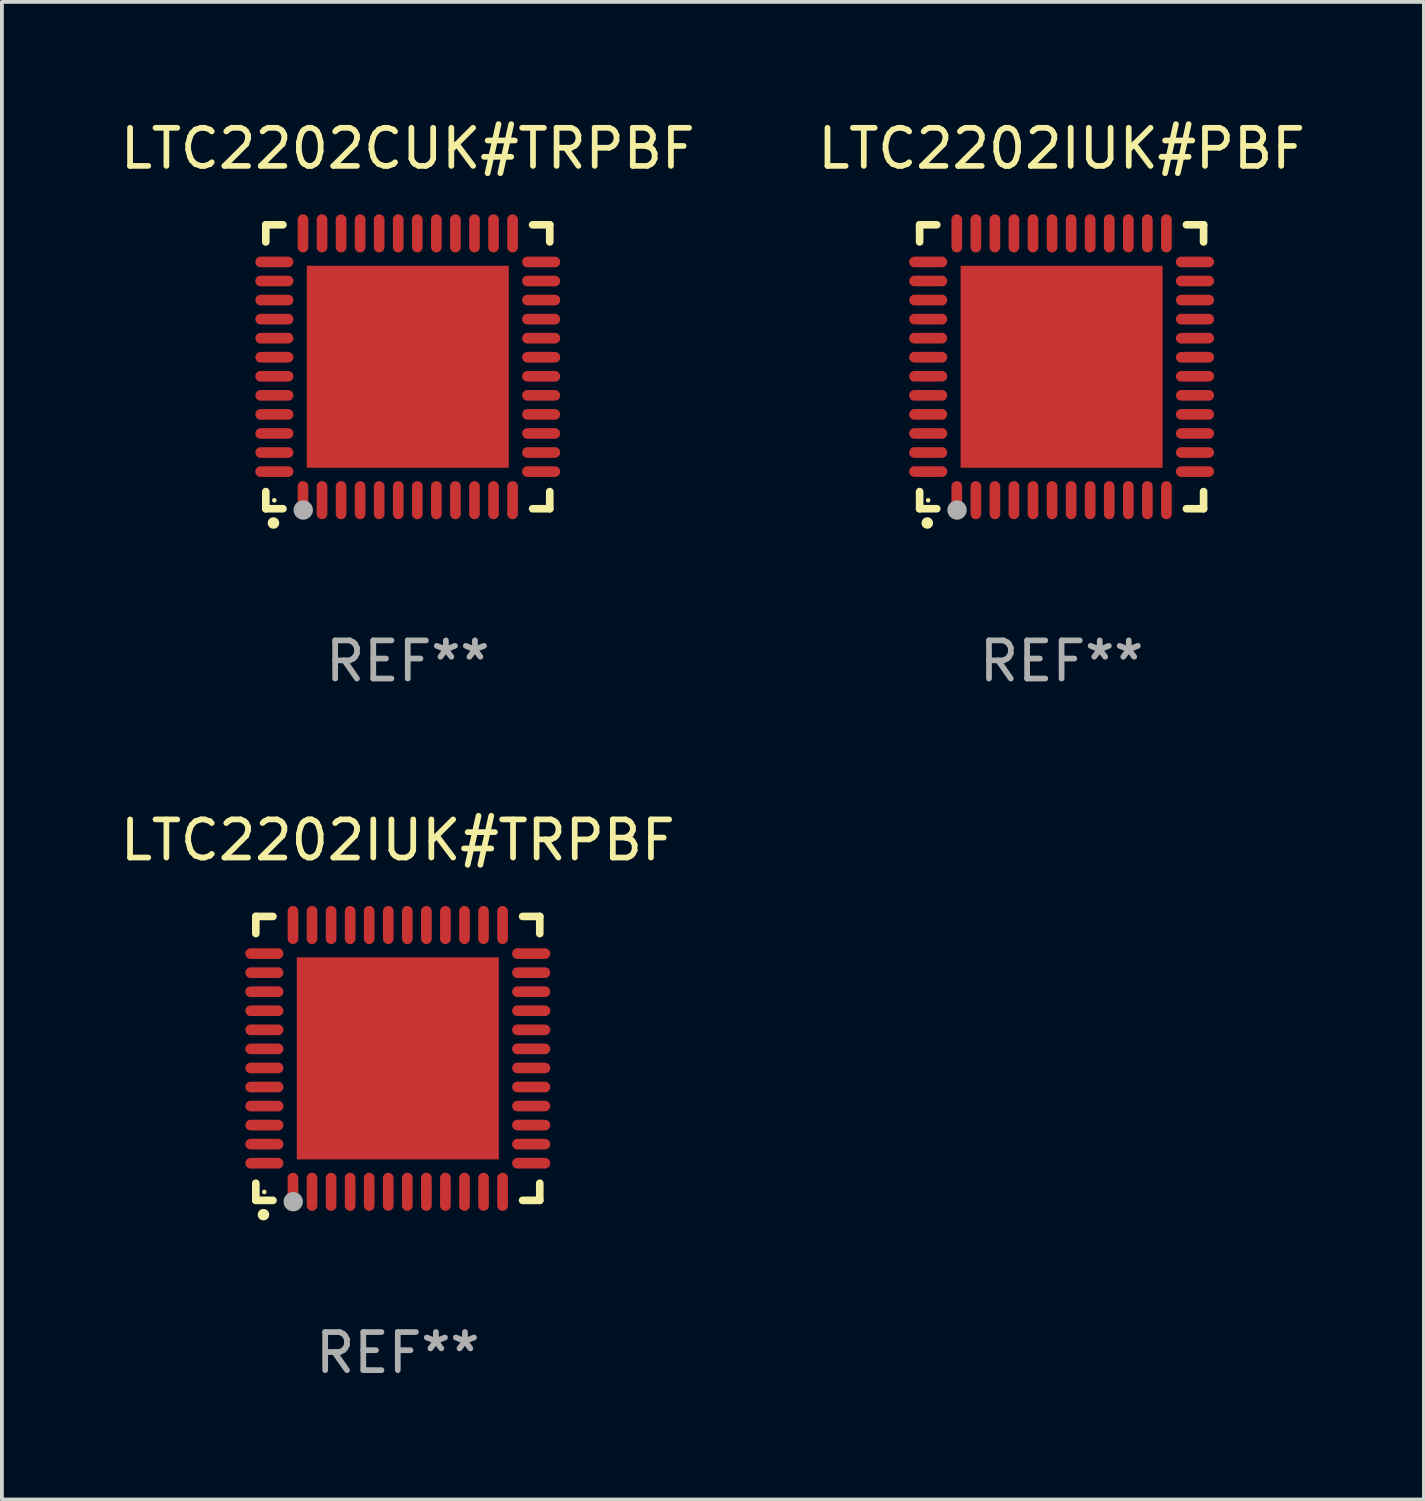
<source format=kicad_pcb>
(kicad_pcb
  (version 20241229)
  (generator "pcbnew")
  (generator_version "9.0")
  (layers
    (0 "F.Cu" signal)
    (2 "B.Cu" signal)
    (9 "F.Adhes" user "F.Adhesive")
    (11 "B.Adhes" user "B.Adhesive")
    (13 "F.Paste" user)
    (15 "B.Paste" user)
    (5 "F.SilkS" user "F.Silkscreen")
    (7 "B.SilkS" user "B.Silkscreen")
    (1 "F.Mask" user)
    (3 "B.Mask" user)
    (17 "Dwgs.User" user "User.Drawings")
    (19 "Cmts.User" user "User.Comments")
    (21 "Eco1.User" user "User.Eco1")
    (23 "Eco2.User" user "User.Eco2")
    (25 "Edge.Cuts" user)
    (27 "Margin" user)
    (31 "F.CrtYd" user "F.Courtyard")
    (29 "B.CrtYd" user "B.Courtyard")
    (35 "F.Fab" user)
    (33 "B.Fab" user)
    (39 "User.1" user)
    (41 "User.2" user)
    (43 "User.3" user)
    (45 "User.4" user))
  (footprint "LTC2202CUK#TRPBF"
    (layer "F.Cu")
    (at 7.649 6.573)
    (property "Reference" "LTC2202CUK#TRPBF" (at 0 -5.725 0) (layer "F.SilkS") (effects (font (size 1 1) (thickness 0.15))))
    (attr through_hole)
    (fp_line (start -3.725 -3.725) (end -3.275 -3.725) (stroke (width 0.2) (type solid)) (layer "F.SilkS"))
    (fp_line (start -3.725 -3.275) (end -3.725 -3.725) (stroke (width 0.2) (type solid)) (layer "F.SilkS"))
    (fp_line (start -3.725 3.725) (end -3.725 3.275) (stroke (width 0.2) (type solid)) (layer "F.SilkS"))
    (fp_line (start -3.275 3.725) (end -3.725 3.725) (stroke (width 0.2) (type solid)) (layer "F.SilkS"))
    (fp_line (start 3.275 3.725) (end 3.725 3.725) (stroke (width 0.2) (type solid)) (layer "F.SilkS"))
    (fp_line (start 3.725 -3.725) (end 3.275 -3.725) (stroke (width 0.2) (type solid)) (layer "F.SilkS"))
    (fp_line (start 3.725 -3.275) (end 3.725 -3.725) (stroke (width 0.2) (type solid)) (layer "F.SilkS"))
    (fp_line (start 3.725 3.725) (end 3.725 3.275) (stroke (width 0.2) (type solid)) (layer "F.SilkS"))
    (fp_arc (start -3.525527 4.099568) (mid -3.524257 4.099563) (end -3.522987 4.099568) (stroke (width 0.3) (type solid)) (layer "F.SilkS"))
    (fp_circle (center -3.502 3.504) (end -3.472 3.504) (stroke (width 0.06) (type solid)) (fill no) (layer "F.SilkS"))
    (fp_circle (center -2.743 3.759) (end -2.616 3.759) (stroke (width 0.254) (type solid)) (fill no) (layer "F.Fab"))
    (fp_text user "REF**" (at 0 7.725 0) (layer "F.Fab") (effects (font (size 1 1) (thickness 0.15))))
    (pad "1" smd oval (at -2.75 3.5) (size 0.28 1) (layers "F.Cu" "F.Mask" "F.Paste"))
    (pad "2" smd oval (at -2.25 3.5) (size 0.28 1) (layers "F.Cu" "F.Mask" "F.Paste"))
    (pad "3" smd oval (at -1.75 3.5) (size 0.28 1) (layers "F.Cu" "F.Mask" "F.Paste"))
    (pad "4" smd oval (at -1.25 3.5) (size 0.28 1) (layers "F.Cu" "F.Mask" "F.Paste"))
    (pad "5" smd oval (at -0.75 3.5) (size 0.28 1) (layers "F.Cu" "F.Mask" "F.Paste"))
    (pad "6" smd oval (at -0.25 3.5) (size 0.28 1) (layers "F.Cu" "F.Mask" "F.Paste"))
    (pad "7" smd oval (at 0.25 3.5) (size 0.28 1) (layers "F.Cu" "F.Mask" "F.Paste"))
    (pad "8" smd oval (at 0.75 3.5) (size 0.28 1) (layers "F.Cu" "F.Mask" "F.Paste"))
    (pad "9" smd oval (at 1.25 3.5) (size 0.28 1) (layers "F.Cu" "F.Mask" "F.Paste"))
    (pad "10" smd oval (at 1.75 3.5) (size 0.28 1) (layers "F.Cu" "F.Mask" "F.Paste"))
    (pad "11" smd oval (at 2.25 3.5) (size 0.28 1) (layers "F.Cu" "F.Mask" "F.Paste"))
    (pad "12" smd oval (at 2.75 3.5) (size 0.28 1) (layers "F.Cu" "F.Mask" "F.Paste"))
    (pad "13" smd oval (at 3.5 2.75) (size 1 0.28) (layers "F.Cu" "F.Mask" "F.Paste"))
    (pad "14" smd oval (at 3.5 2.25) (size 1 0.28) (layers "F.Cu" "F.Mask" "F.Paste"))
    (pad "15" smd oval (at 3.5 1.75) (size 1 0.28) (layers "F.Cu" "F.Mask" "F.Paste"))
    (pad "16" smd oval (at 3.5 1.25) (size 1 0.28) (layers "F.Cu" "F.Mask" "F.Paste"))
    (pad "17" smd oval (at 3.5 0.75) (size 1 0.28) (layers "F.Cu" "F.Mask" "F.Paste"))
    (pad "18" smd oval (at 3.5 0.25) (size 1 0.28) (layers "F.Cu" "F.Mask" "F.Paste"))
    (pad "19" smd oval (at 3.5 -0.25) (size 1 0.28) (layers "F.Cu" "F.Mask" "F.Paste"))
    (pad "20" smd oval (at 3.5 -0.75) (size 1 0.28) (layers "F.Cu" "F.Mask" "F.Paste"))
    (pad "21" smd oval (at 3.5 -1.25) (size 1 0.28) (layers "F.Cu" "F.Mask" "F.Paste"))
    (pad "22" smd oval (at 3.5 -1.75) (size 1 0.28) (layers "F.Cu" "F.Mask" "F.Paste"))
    (pad "23" smd oval (at 3.5 -2.25) (size 1 0.28) (layers "F.Cu" "F.Mask" "F.Paste"))
    (pad "24" smd oval (at 3.5 -2.75) (size 1 0.28) (layers "F.Cu" "F.Mask" "F.Paste"))
    (pad "25" smd oval (at 2.75 -3.5) (size 0.28 1) (layers "F.Cu" "F.Mask" "F.Paste"))
    (pad "26" smd oval (at 2.25 -3.5) (size 0.28 1) (layers "F.Cu" "F.Mask" "F.Paste"))
    (pad "27" smd oval (at 1.75 -3.5) (size 0.28 1) (layers "F.Cu" "F.Mask" "F.Paste"))
    (pad "28" smd oval (at 1.25 -3.5) (size 0.28 1) (layers "F.Cu" "F.Mask" "F.Paste"))
    (pad "29" smd oval (at 0.75 -3.5) (size 0.28 1) (layers "F.Cu" "F.Mask" "F.Paste"))
    (pad "30" smd oval (at 0.25 -3.5) (size 0.28 1) (layers "F.Cu" "F.Mask" "F.Paste"))
    (pad "31" smd oval (at -0.25 -3.5) (size 0.28 1) (layers "F.Cu" "F.Mask" "F.Paste"))
    (pad "32" smd oval (at -0.75 -3.5) (size 0.28 1) (layers "F.Cu" "F.Mask" "F.Paste"))
    (pad "33" smd oval (at -1.25 -3.5) (size 0.28 1) (layers "F.Cu" "F.Mask" "F.Paste"))
    (pad "34" smd oval (at -1.75 -3.5) (size 0.28 1) (layers "F.Cu" "F.Mask" "F.Paste"))
    (pad "35" smd oval (at -2.25 -3.5) (size 0.28 1) (layers "F.Cu" "F.Mask" "F.Paste"))
    (pad "36" smd oval (at -2.75 -3.5) (size 0.28 1) (layers "F.Cu" "F.Mask" "F.Paste"))
    (pad "37" smd oval (at -3.5 -2.75) (size 1 0.28) (layers "F.Cu" "F.Mask" "F.Paste"))
    (pad "38" smd oval (at -3.5 -2.25) (size 1 0.28) (layers "F.Cu" "F.Mask" "F.Paste"))
    (pad "39" smd oval (at -3.5 -1.75) (size 1 0.28) (layers "F.Cu" "F.Mask" "F.Paste"))
    (pad "40" smd oval (at -3.5 -1.25) (size 1 0.28) (layers "F.Cu" "F.Mask" "F.Paste"))
    (pad "41" smd oval (at -3.5 -0.75) (size 1 0.28) (layers "F.Cu" "F.Mask" "F.Paste"))
    (pad "42" smd oval (at -3.5 -0.25) (size 1 0.28) (layers "F.Cu" "F.Mask" "F.Paste"))
    (pad "43" smd oval (at -3.5 0.25) (size 1 0.28) (layers "F.Cu" "F.Mask" "F.Paste"))
    (pad "44" smd oval (at -3.5 0.75) (size 1 0.28) (layers "F.Cu" "F.Mask" "F.Paste"))
    (pad "45" smd oval (at -3.5 1.25) (size 1 0.28) (layers "F.Cu" "F.Mask" "F.Paste"))
    (pad "46" smd oval (at -3.5 1.75) (size 1 0.28) (layers "F.Cu" "F.Mask" "F.Paste"))
    (pad "47" smd oval (at -3.5 2.25) (size 1 0.28) (layers "F.Cu" "F.Mask" "F.Paste"))
    (pad "48" smd oval (at -3.5 2.75) (size 1 0.28) (layers "F.Cu" "F.Mask" "F.Paste"))
    (pad "49" smd rect (at 0 0) (size 5.3 5.3) (layers "F.Cu" "F.Mask" "F.Paste")))
  (footprint "LTC2202IUK#TRPBF"
    (layer "F.Cu")
    (at 7.387 24.72)
    (property "Reference" "LTC2202IUK#TRPBF" (at 0 -5.725 0) (layer "F.SilkS") (effects (font (size 1 1) (thickness 0.15))))
    (attr through_hole)
    (fp_line (start -3.725 -3.725) (end -3.275 -3.725) (stroke (width 0.2) (type solid)) (layer "F.SilkS"))
    (fp_line (start -3.725 -3.275) (end -3.725 -3.725) (stroke (width 0.2) (type solid)) (layer "F.SilkS"))
    (fp_line (start -3.725 3.725) (end -3.725 3.275) (stroke (width 0.2) (type solid)) (layer "F.SilkS"))
    (fp_line (start -3.275 3.725) (end -3.725 3.725) (stroke (width 0.2) (type solid)) (layer "F.SilkS"))
    (fp_line (start 3.275 3.725) (end 3.725 3.725) (stroke (width 0.2) (type solid)) (layer "F.SilkS"))
    (fp_line (start 3.725 -3.725) (end 3.275 -3.725) (stroke (width 0.2) (type solid)) (layer "F.SilkS"))
    (fp_line (start 3.725 -3.275) (end 3.725 -3.725) (stroke (width 0.2) (type solid)) (layer "F.SilkS"))
    (fp_line (start 3.725 3.725) (end 3.725 3.275) (stroke (width 0.2) (type solid)) (layer "F.SilkS"))
    (fp_arc (start -3.525527 4.099568) (mid -3.524257 4.099563) (end -3.522987 4.099568) (stroke (width 0.3) (type solid)) (layer "F.SilkS"))
    (fp_circle (center -3.502 3.504) (end -3.472 3.504) (stroke (width 0.06) (type solid)) (fill no) (layer "F.SilkS"))
    (fp_circle (center -2.743 3.759) (end -2.616 3.759) (stroke (width 0.254) (type solid)) (fill no) (layer "F.Fab"))
    (fp_text user "REF**" (at 0 7.725 0) (layer "F.Fab") (effects (font (size 1 1) (thickness 0.15))))
    (pad "1" smd oval (at -2.75 3.5) (size 0.28 1) (layers "F.Cu" "F.Mask" "F.Paste"))
    (pad "2" smd oval (at -2.25 3.5) (size 0.28 1) (layers "F.Cu" "F.Mask" "F.Paste"))
    (pad "3" smd oval (at -1.75 3.5) (size 0.28 1) (layers "F.Cu" "F.Mask" "F.Paste"))
    (pad "4" smd oval (at -1.25 3.5) (size 0.28 1) (layers "F.Cu" "F.Mask" "F.Paste"))
    (pad "5" smd oval (at -0.75 3.5) (size 0.28 1) (layers "F.Cu" "F.Mask" "F.Paste"))
    (pad "6" smd oval (at -0.25 3.5) (size 0.28 1) (layers "F.Cu" "F.Mask" "F.Paste"))
    (pad "7" smd oval (at 0.25 3.5) (size 0.28 1) (layers "F.Cu" "F.Mask" "F.Paste"))
    (pad "8" smd oval (at 0.75 3.5) (size 0.28 1) (layers "F.Cu" "F.Mask" "F.Paste"))
    (pad "9" smd oval (at 1.25 3.5) (size 0.28 1) (layers "F.Cu" "F.Mask" "F.Paste"))
    (pad "10" smd oval (at 1.75 3.5) (size 0.28 1) (layers "F.Cu" "F.Mask" "F.Paste"))
    (pad "11" smd oval (at 2.25 3.5) (size 0.28 1) (layers "F.Cu" "F.Mask" "F.Paste"))
    (pad "12" smd oval (at 2.75 3.5) (size 0.28 1) (layers "F.Cu" "F.Mask" "F.Paste"))
    (pad "13" smd oval (at 3.5 2.75) (size 1 0.28) (layers "F.Cu" "F.Mask" "F.Paste"))
    (pad "14" smd oval (at 3.5 2.25) (size 1 0.28) (layers "F.Cu" "F.Mask" "F.Paste"))
    (pad "15" smd oval (at 3.5 1.75) (size 1 0.28) (layers "F.Cu" "F.Mask" "F.Paste"))
    (pad "16" smd oval (at 3.5 1.25) (size 1 0.28) (layers "F.Cu" "F.Mask" "F.Paste"))
    (pad "17" smd oval (at 3.5 0.75) (size 1 0.28) (layers "F.Cu" "F.Mask" "F.Paste"))
    (pad "18" smd oval (at 3.5 0.25) (size 1 0.28) (layers "F.Cu" "F.Mask" "F.Paste"))
    (pad "19" smd oval (at 3.5 -0.25) (size 1 0.28) (layers "F.Cu" "F.Mask" "F.Paste"))
    (pad "20" smd oval (at 3.5 -0.75) (size 1 0.28) (layers "F.Cu" "F.Mask" "F.Paste"))
    (pad "21" smd oval (at 3.5 -1.25) (size 1 0.28) (layers "F.Cu" "F.Mask" "F.Paste"))
    (pad "22" smd oval (at 3.5 -1.75) (size 1 0.28) (layers "F.Cu" "F.Mask" "F.Paste"))
    (pad "23" smd oval (at 3.5 -2.25) (size 1 0.28) (layers "F.Cu" "F.Mask" "F.Paste"))
    (pad "24" smd oval (at 3.5 -2.75) (size 1 0.28) (layers "F.Cu" "F.Mask" "F.Paste"))
    (pad "25" smd oval (at 2.75 -3.5) (size 0.28 1) (layers "F.Cu" "F.Mask" "F.Paste"))
    (pad "26" smd oval (at 2.25 -3.5) (size 0.28 1) (layers "F.Cu" "F.Mask" "F.Paste"))
    (pad "27" smd oval (at 1.75 -3.5) (size 0.28 1) (layers "F.Cu" "F.Mask" "F.Paste"))
    (pad "28" smd oval (at 1.25 -3.5) (size 0.28 1) (layers "F.Cu" "F.Mask" "F.Paste"))
    (pad "29" smd oval (at 0.75 -3.5) (size 0.28 1) (layers "F.Cu" "F.Mask" "F.Paste"))
    (pad "30" smd oval (at 0.25 -3.5) (size 0.28 1) (layers "F.Cu" "F.Mask" "F.Paste"))
    (pad "31" smd oval (at -0.25 -3.5) (size 0.28 1) (layers "F.Cu" "F.Mask" "F.Paste"))
    (pad "32" smd oval (at -0.75 -3.5) (size 0.28 1) (layers "F.Cu" "F.Mask" "F.Paste"))
    (pad "33" smd oval (at -1.25 -3.5) (size 0.28 1) (layers "F.Cu" "F.Mask" "F.Paste"))
    (pad "34" smd oval (at -1.75 -3.5) (size 0.28 1) (layers "F.Cu" "F.Mask" "F.Paste"))
    (pad "35" smd oval (at -2.25 -3.5) (size 0.28 1) (layers "F.Cu" "F.Mask" "F.Paste"))
    (pad "36" smd oval (at -2.75 -3.5) (size 0.28 1) (layers "F.Cu" "F.Mask" "F.Paste"))
    (pad "37" smd oval (at -3.5 -2.75) (size 1 0.28) (layers "F.Cu" "F.Mask" "F.Paste"))
    (pad "38" smd oval (at -3.5 -2.25) (size 1 0.28) (layers "F.Cu" "F.Mask" "F.Paste"))
    (pad "39" smd oval (at -3.5 -1.75) (size 1 0.28) (layers "F.Cu" "F.Mask" "F.Paste"))
    (pad "40" smd oval (at -3.5 -1.25) (size 1 0.28) (layers "F.Cu" "F.Mask" "F.Paste"))
    (pad "41" smd oval (at -3.5 -0.75) (size 1 0.28) (layers "F.Cu" "F.Mask" "F.Paste"))
    (pad "42" smd oval (at -3.5 -0.25) (size 1 0.28) (layers "F.Cu" "F.Mask" "F.Paste"))
    (pad "43" smd oval (at -3.5 0.25) (size 1 0.28) (layers "F.Cu" "F.Mask" "F.Paste"))
    (pad "44" smd oval (at -3.5 0.75) (size 1 0.28) (layers "F.Cu" "F.Mask" "F.Paste"))
    (pad "45" smd oval (at -3.5 1.25) (size 1 0.28) (layers "F.Cu" "F.Mask" "F.Paste"))
    (pad "46" smd oval (at -3.5 1.75) (size 1 0.28) (layers "F.Cu" "F.Mask" "F.Paste"))
    (pad "47" smd oval (at -3.5 2.25) (size 1 0.28) (layers "F.Cu" "F.Mask" "F.Paste"))
    (pad "48" smd oval (at -3.5 2.75) (size 1 0.28) (layers "F.Cu" "F.Mask" "F.Paste"))
    (pad "49" smd rect (at 0 0) (size 5.3 5.3) (layers "F.Cu" "F.Mask" "F.Paste")))
  (footprint "LTC2202IUK#PBF"
    (layer "F.Cu")
    (at 24.804 6.573)
    (property "Reference" "LTC2202IUK#PBF" (at 0 -5.725 0) (layer "F.SilkS") (effects (font (size 1 1) (thickness 0.15))))
    (attr through_hole)
    (fp_line (start -3.725 -3.725) (end -3.275 -3.725) (stroke (width 0.2) (type solid)) (layer "F.SilkS"))
    (fp_line (start -3.725 -3.275) (end -3.725 -3.725) (stroke (width 0.2) (type solid)) (layer "F.SilkS"))
    (fp_line (start -3.725 3.725) (end -3.725 3.275) (stroke (width 0.2) (type solid)) (layer "F.SilkS"))
    (fp_line (start -3.275 3.725) (end -3.725 3.725) (stroke (width 0.2) (type solid)) (layer "F.SilkS"))
    (fp_line (start 3.275 3.725) (end 3.725 3.725) (stroke (width 0.2) (type solid)) (layer "F.SilkS"))
    (fp_line (start 3.725 -3.725) (end 3.275 -3.725) (stroke (width 0.2) (type solid)) (layer "F.SilkS"))
    (fp_line (start 3.725 -3.275) (end 3.725 -3.725) (stroke (width 0.2) (type solid)) (layer "F.SilkS"))
    (fp_line (start 3.725 3.725) (end 3.725 3.275) (stroke (width 0.2) (type solid)) (layer "F.SilkS"))
    (fp_arc (start -3.525527 4.099568) (mid -3.524257 4.099563) (end -3.522987 4.099568) (stroke (width 0.3) (type solid)) (layer "F.SilkS"))
    (fp_circle (center -3.502 3.504) (end -3.472 3.504) (stroke (width 0.06) (type solid)) (fill no) (layer "F.SilkS"))
    (fp_circle (center -2.743 3.759) (end -2.616 3.759) (stroke (width 0.254) (type solid)) (fill no) (layer "F.Fab"))
    (fp_text user "REF**" (at 0 7.725 0) (layer "F.Fab") (effects (font (size 1 1) (thickness 0.15))))
    (pad "1" smd oval (at -2.75 3.5) (size 0.28 1) (layers "F.Cu" "F.Mask" "F.Paste"))
    (pad "2" smd oval (at -2.25 3.5) (size 0.28 1) (layers "F.Cu" "F.Mask" "F.Paste"))
    (pad "3" smd oval (at -1.75 3.5) (size 0.28 1) (layers "F.Cu" "F.Mask" "F.Paste"))
    (pad "4" smd oval (at -1.25 3.5) (size 0.28 1) (layers "F.Cu" "F.Mask" "F.Paste"))
    (pad "5" smd oval (at -0.75 3.5) (size 0.28 1) (layers "F.Cu" "F.Mask" "F.Paste"))
    (pad "6" smd oval (at -0.25 3.5) (size 0.28 1) (layers "F.Cu" "F.Mask" "F.Paste"))
    (pad "7" smd oval (at 0.25 3.5) (size 0.28 1) (layers "F.Cu" "F.Mask" "F.Paste"))
    (pad "8" smd oval (at 0.75 3.5) (size 0.28 1) (layers "F.Cu" "F.Mask" "F.Paste"))
    (pad "9" smd oval (at 1.25 3.5) (size 0.28 1) (layers "F.Cu" "F.Mask" "F.Paste"))
    (pad "10" smd oval (at 1.75 3.5) (size 0.28 1) (layers "F.Cu" "F.Mask" "F.Paste"))
    (pad "11" smd oval (at 2.25 3.5) (size 0.28 1) (layers "F.Cu" "F.Mask" "F.Paste"))
    (pad "12" smd oval (at 2.75 3.5) (size 0.28 1) (layers "F.Cu" "F.Mask" "F.Paste"))
    (pad "13" smd oval (at 3.5 2.75) (size 1 0.28) (layers "F.Cu" "F.Mask" "F.Paste"))
    (pad "14" smd oval (at 3.5 2.25) (size 1 0.28) (layers "F.Cu" "F.Mask" "F.Paste"))
    (pad "15" smd oval (at 3.5 1.75) (size 1 0.28) (layers "F.Cu" "F.Mask" "F.Paste"))
    (pad "16" smd oval (at 3.5 1.25) (size 1 0.28) (layers "F.Cu" "F.Mask" "F.Paste"))
    (pad "17" smd oval (at 3.5 0.75) (size 1 0.28) (layers "F.Cu" "F.Mask" "F.Paste"))
    (pad "18" smd oval (at 3.5 0.25) (size 1 0.28) (layers "F.Cu" "F.Mask" "F.Paste"))
    (pad "19" smd oval (at 3.5 -0.25) (size 1 0.28) (layers "F.Cu" "F.Mask" "F.Paste"))
    (pad "20" smd oval (at 3.5 -0.75) (size 1 0.28) (layers "F.Cu" "F.Mask" "F.Paste"))
    (pad "21" smd oval (at 3.5 -1.25) (size 1 0.28) (layers "F.Cu" "F.Mask" "F.Paste"))
    (pad "22" smd oval (at 3.5 -1.75) (size 1 0.28) (layers "F.Cu" "F.Mask" "F.Paste"))
    (pad "23" smd oval (at 3.5 -2.25) (size 1 0.28) (layers "F.Cu" "F.Mask" "F.Paste"))
    (pad "24" smd oval (at 3.5 -2.75) (size 1 0.28) (layers "F.Cu" "F.Mask" "F.Paste"))
    (pad "25" smd oval (at 2.75 -3.5) (size 0.28 1) (layers "F.Cu" "F.Mask" "F.Paste"))
    (pad "26" smd oval (at 2.25 -3.5) (size 0.28 1) (layers "F.Cu" "F.Mask" "F.Paste"))
    (pad "27" smd oval (at 1.75 -3.5) (size 0.28 1) (layers "F.Cu" "F.Mask" "F.Paste"))
    (pad "28" smd oval (at 1.25 -3.5) (size 0.28 1) (layers "F.Cu" "F.Mask" "F.Paste"))
    (pad "29" smd oval (at 0.75 -3.5) (size 0.28 1) (layers "F.Cu" "F.Mask" "F.Paste"))
    (pad "30" smd oval (at 0.25 -3.5) (size 0.28 1) (layers "F.Cu" "F.Mask" "F.Paste"))
    (pad "31" smd oval (at -0.25 -3.5) (size 0.28 1) (layers "F.Cu" "F.Mask" "F.Paste"))
    (pad "32" smd oval (at -0.75 -3.5) (size 0.28 1) (layers "F.Cu" "F.Mask" "F.Paste"))
    (pad "33" smd oval (at -1.25 -3.5) (size 0.28 1) (layers "F.Cu" "F.Mask" "F.Paste"))
    (pad "34" smd oval (at -1.75 -3.5) (size 0.28 1) (layers "F.Cu" "F.Mask" "F.Paste"))
    (pad "35" smd oval (at -2.25 -3.5) (size 0.28 1) (layers "F.Cu" "F.Mask" "F.Paste"))
    (pad "36" smd oval (at -2.75 -3.5) (size 0.28 1) (layers "F.Cu" "F.Mask" "F.Paste"))
    (pad "37" smd oval (at -3.5 -2.75) (size 1 0.28) (layers "F.Cu" "F.Mask" "F.Paste"))
    (pad "38" smd oval (at -3.5 -2.25) (size 1 0.28) (layers "F.Cu" "F.Mask" "F.Paste"))
    (pad "39" smd oval (at -3.5 -1.75) (size 1 0.28) (layers "F.Cu" "F.Mask" "F.Paste"))
    (pad "40" smd oval (at -3.5 -1.25) (size 1 0.28) (layers "F.Cu" "F.Mask" "F.Paste"))
    (pad "41" smd oval (at -3.5 -0.75) (size 1 0.28) (layers "F.Cu" "F.Mask" "F.Paste"))
    (pad "42" smd oval (at -3.5 -0.25) (size 1 0.28) (layers "F.Cu" "F.Mask" "F.Paste"))
    (pad "43" smd oval (at -3.5 0.25) (size 1 0.28) (layers "F.Cu" "F.Mask" "F.Paste"))
    (pad "44" smd oval (at -3.5 0.75) (size 1 0.28) (layers "F.Cu" "F.Mask" "F.Paste"))
    (pad "45" smd oval (at -3.5 1.25) (size 1 0.28) (layers "F.Cu" "F.Mask" "F.Paste"))
    (pad "46" smd oval (at -3.5 1.75) (size 1 0.28) (layers "F.Cu" "F.Mask" "F.Paste"))
    (pad "47" smd oval (at -3.5 2.25) (size 1 0.28) (layers "F.Cu" "F.Mask" "F.Paste"))
    (pad "48" smd oval (at -3.5 2.75) (size 1 0.28) (layers "F.Cu" "F.Mask" "F.Paste"))
    (pad "49" smd rect (at 0 0) (size 5.3 5.3) (layers "F.Cu" "F.Mask" "F.Paste")))
  (gr_rect
    (start -3 -3)
    (end 34.31 36.293)
    (stroke (width 0.1) (type default))
    (fill no)
    (layer "Edge.Cuts")))
</source>
